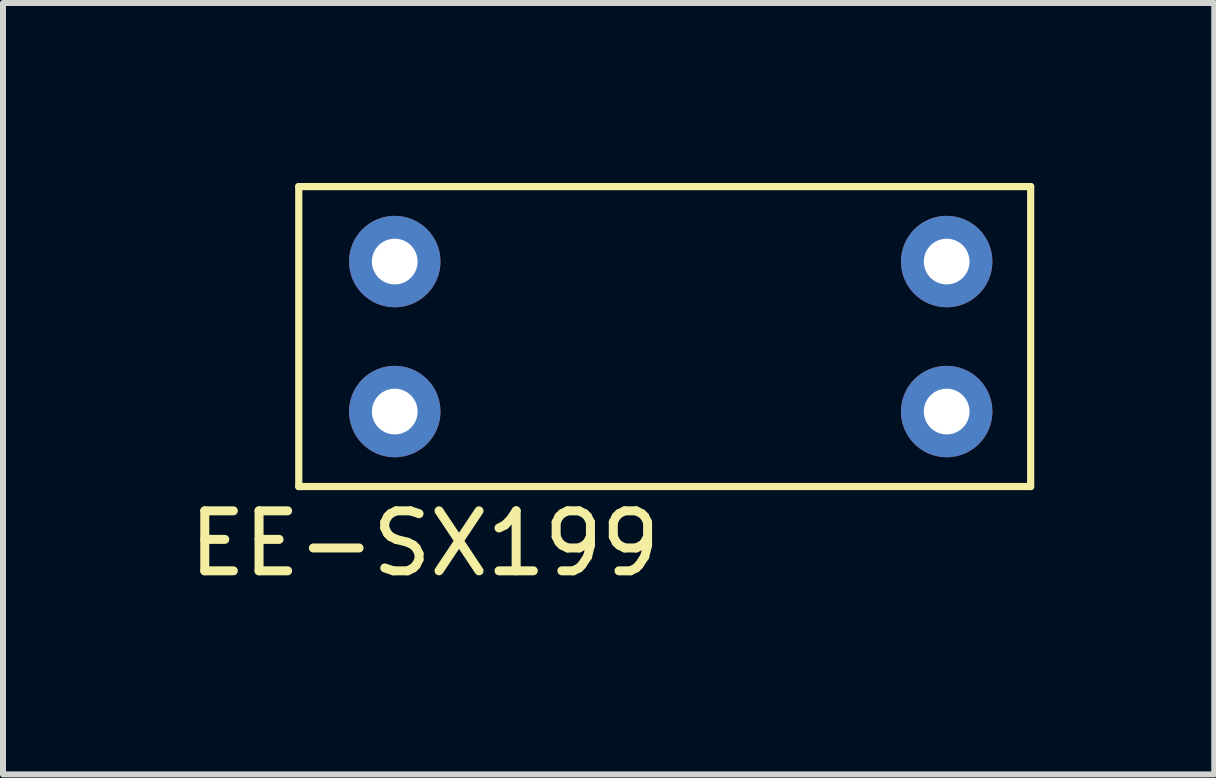
<source format=kicad_pcb>
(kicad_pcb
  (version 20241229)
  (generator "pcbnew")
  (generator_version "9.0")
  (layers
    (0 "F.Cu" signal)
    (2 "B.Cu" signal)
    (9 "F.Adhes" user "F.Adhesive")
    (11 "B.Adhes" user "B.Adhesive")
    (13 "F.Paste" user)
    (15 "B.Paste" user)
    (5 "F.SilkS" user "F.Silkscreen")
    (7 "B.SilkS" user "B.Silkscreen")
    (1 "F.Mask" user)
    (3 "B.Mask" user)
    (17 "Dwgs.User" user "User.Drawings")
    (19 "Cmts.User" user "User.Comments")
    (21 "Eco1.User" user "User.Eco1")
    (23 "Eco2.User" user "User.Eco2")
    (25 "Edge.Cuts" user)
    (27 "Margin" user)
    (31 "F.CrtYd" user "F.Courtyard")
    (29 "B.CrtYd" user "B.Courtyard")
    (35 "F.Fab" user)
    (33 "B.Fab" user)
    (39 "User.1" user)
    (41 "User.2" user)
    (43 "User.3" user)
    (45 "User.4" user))
  (footprint "EE-SX199"
    (layer "F.Cu")
    (at 3.53 1.31)
    (property "Reference" "EE-SX199" (at 0.5 4.7 0) (layer "F.SilkS") (effects (font (size 1 1) (thickness 0.15))))
    (attr through_hole)
    (fp_line (start -1.6 -1.25) (end 10.6 -1.25) (stroke (width 0.12) (type solid)) (layer "F.SilkS"))
    (fp_line (start -1.6 3.75) (end -1.6 -1.25) (stroke (width 0.12) (type solid)) (layer "F.SilkS"))
    (fp_line (start 10.6 -1.25) (end 10.6 3.75) (stroke (width 0.12) (type solid)) (layer "F.SilkS"))
    (fp_line (start 10.6 3.75) (end -1.6 3.75) (stroke (width 0.12) (type solid)) (layer "F.SilkS"))
    (pad "1" thru_hole circle (at 0 0) (size 1.524 1.524) (drill 0.762) (layers "*.Cu" "*.Mask"))
    (pad "2" thru_hole circle (at 0 2.5) (size 1.524 1.524) (drill 0.762) (layers "*.Cu" "*.Mask"))
    (pad "3" thru_hole circle (at 9.2 2.5) (size 1.524 1.524) (drill 0.762) (layers "*.Cu" "*.Mask"))
    (pad "4" thru_hole circle (at 9.2 0) (size 1.524 1.524) (drill 0.762) (layers "*.Cu" "*.Mask")))
  (gr_rect
    (start -3 -3)
    (end 17.19 9.858)
    (stroke (width 0.1) (type default))
    (fill no)
    (layer "Edge.Cuts")))
</source>
